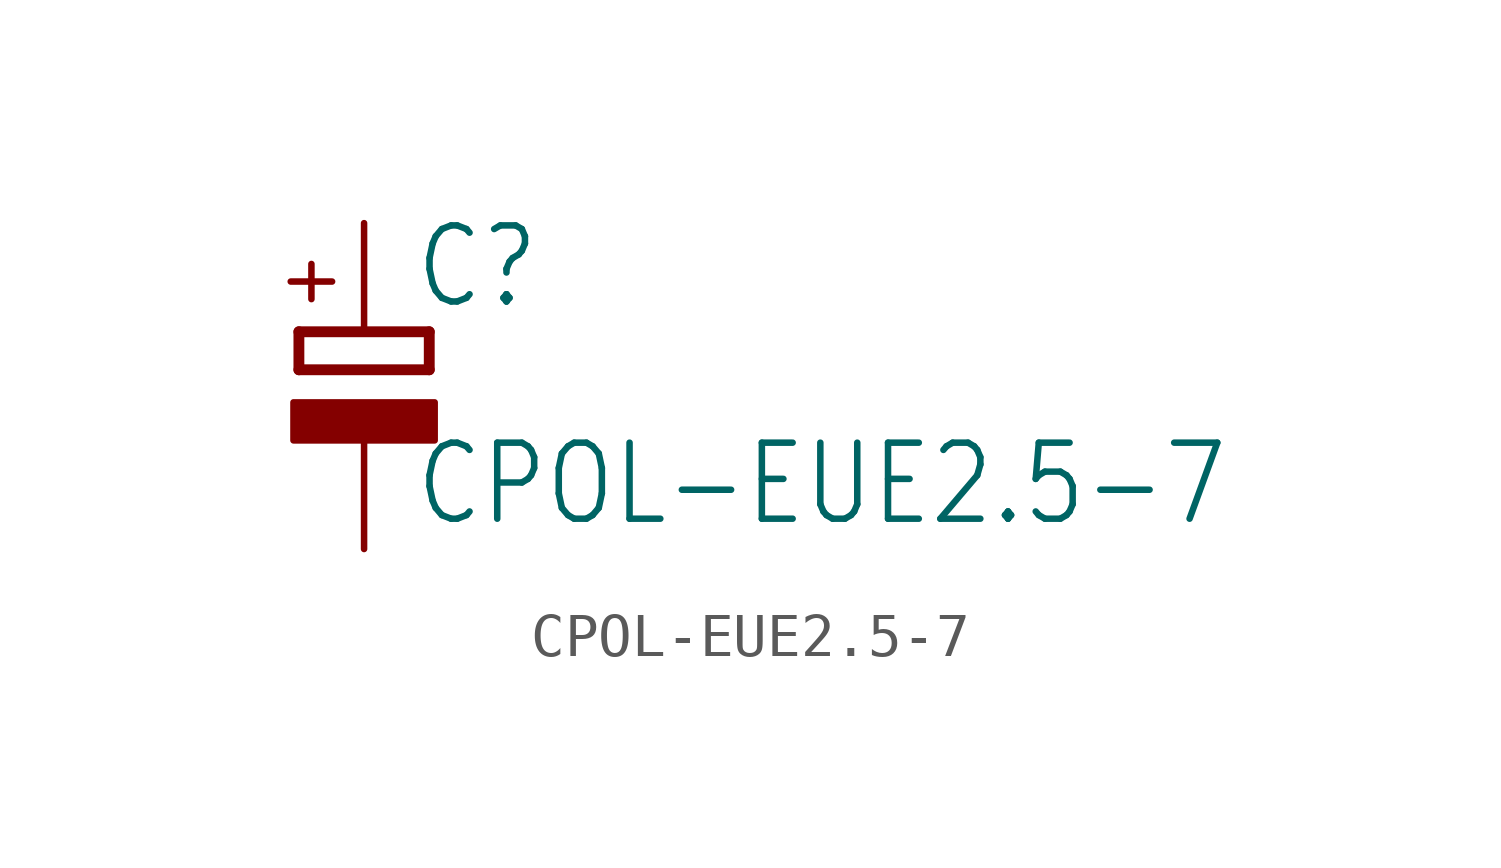
<source format=kicad_sym>
(kicad_symbol_lib
  (version 20220331)
  (generator kicad_symbol_editor)
  (symbol "CPOL-EUE2.5-7"
    (property "Reference" "C"
      (at 1.143 0.483 0)
      (effects (font (size 1.778 1.511)) (justify left bottom)))
    (property "Value" "CPOL-EUE2.5-7"
      (at 1.143 -4.597 0)
      (effects (font (size 1.778 1.511)) (justify left bottom)))
    (property "ki_locked" ""
      (at 0 0 0)
      (effects (font (size 1.27 1.27))))
    (symbol "CPOL-EUE2.5-7_1_0"
      (rectangle (start -1.651 -2.54) (end 1.651 -1.651) (stroke (width 0) (type default)) (fill (type outline)))
      (polyline (pts (xy -1.524 -0.889) (xy 1.524 -0.889)) (stroke (width 0.254) (type solid)) (fill (type none)))
      (polyline (pts (xy -1.524 0) (xy -1.524 -0.889)) (stroke (width 0.254) (type solid)) (fill (type none)))
      (polyline (pts (xy -1.524 0) (xy 1.524 0)) (stroke (width 0.254) (type solid)) (fill (type none)))
      (polyline (pts (xy 1.524 -0.889) (xy 1.524 0)) (stroke (width 0.254) (type solid)) (fill (type none)))
      (text "+" (at -0.584 0.406 900) (effects (font (size 1.27 1.079)) (justify left bottom)))
      (pin passive line (at 0 2.54 270) (length 2.54) (name "+" (effects (font (size 0 0)))) (number "+" (effects (font (size 0 0)))))
      (pin passive line (at 0 -5.08 90) (length 2.54) (name "-" (effects (font (size 0 0)))) (number "-" (effects (font (size 0 0))))))))
</source>
